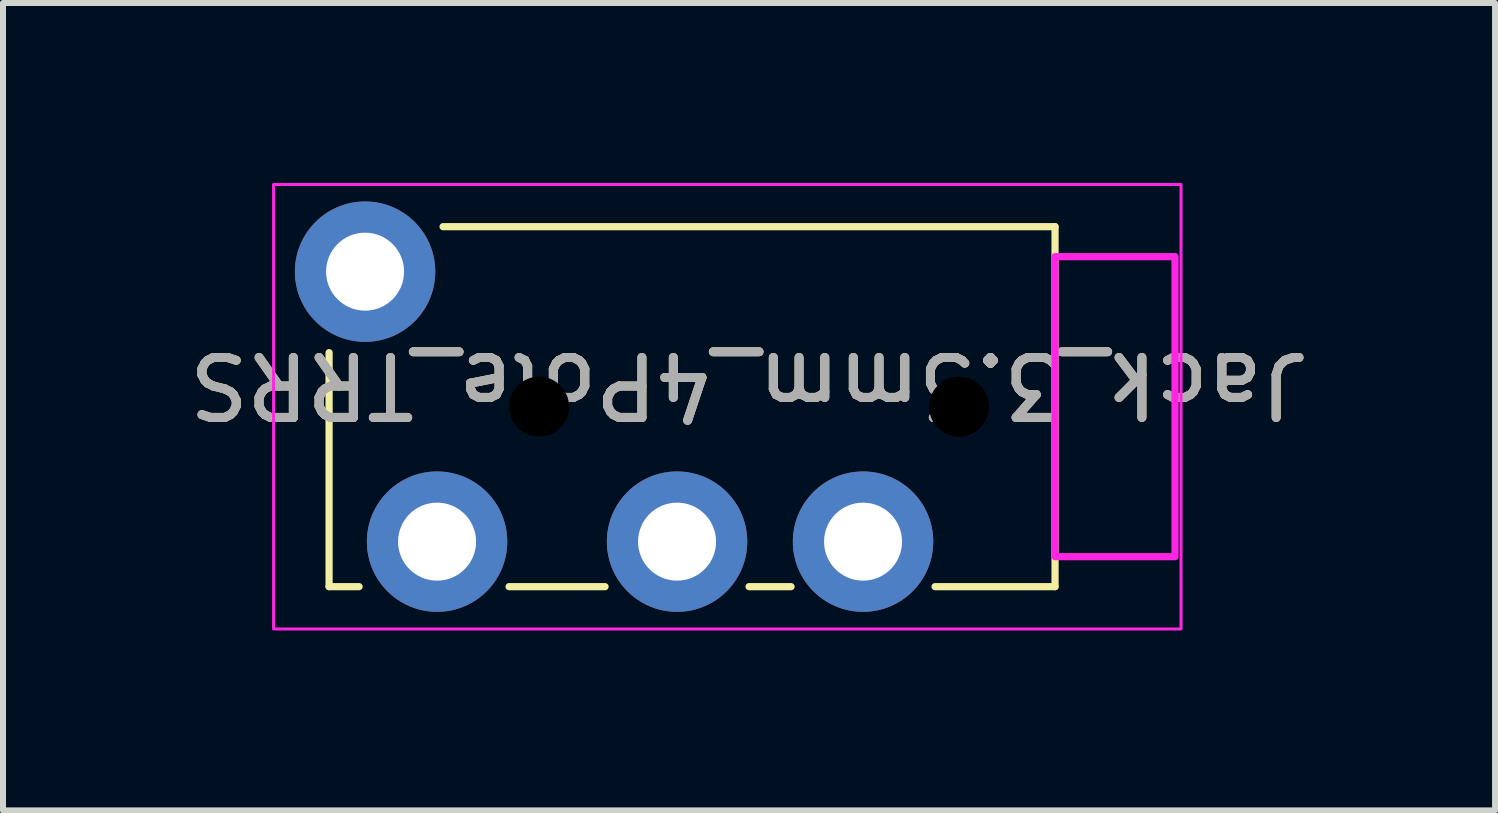
<source format=kicad_pcb>
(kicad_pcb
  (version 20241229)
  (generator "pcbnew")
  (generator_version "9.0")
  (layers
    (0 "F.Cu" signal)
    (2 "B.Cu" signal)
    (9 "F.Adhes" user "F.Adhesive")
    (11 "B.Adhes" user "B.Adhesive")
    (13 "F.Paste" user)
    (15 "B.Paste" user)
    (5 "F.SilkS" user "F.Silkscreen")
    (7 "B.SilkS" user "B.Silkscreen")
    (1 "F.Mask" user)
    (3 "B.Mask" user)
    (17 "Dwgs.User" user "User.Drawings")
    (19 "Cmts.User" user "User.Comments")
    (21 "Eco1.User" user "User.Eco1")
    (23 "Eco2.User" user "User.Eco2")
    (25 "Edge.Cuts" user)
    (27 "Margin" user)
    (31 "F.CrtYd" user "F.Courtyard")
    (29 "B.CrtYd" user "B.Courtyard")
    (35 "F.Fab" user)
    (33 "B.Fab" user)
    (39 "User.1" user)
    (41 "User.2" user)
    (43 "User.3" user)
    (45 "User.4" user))
  (footprint "Jack_3.5mm_4Pole_TRRS"
    (layer "F.Cu")
    (at 9.535 3.728)
    (property "Reference" "Jack_3.5mm_4Pole_TRRS" (at -0.1 -0.365 180) (unlocked yes) (layer "F.SilkS") (effects (font (size 1 1) (thickness 0.15))))
    (attr through_hole)
    (fp_line (start -7.1 -0.9) (end -7.1 3) (stroke (width 0.12) (type solid)) (layer "F.SilkS"))
    (fp_line (start -7.1 3) (end -6.6 3) (stroke (width 0.12) (type solid)) (layer "F.SilkS"))
    (fp_line (start -5.2 -3) (end 5 -3) (stroke (width 0.12) (type solid)) (layer "F.SilkS"))
    (fp_line (start -4.1 3) (end -2.5 3) (stroke (width 0.12) (type solid)) (layer "F.SilkS"))
    (fp_line (start -0.1 3) (end 0.6 3) (stroke (width 0.12) (type solid)) (layer "F.SilkS"))
    (fp_line (start 5 -3) (end 5 3) (stroke (width 0.12) (type solid)) (layer "F.SilkS"))
    (fp_line (start 5 3) (end 3 3) (stroke (width 0.12) (type solid)) (layer "F.SilkS"))
    (fp_rect (start -8.025 -3.703) (end 7.1 3.705) (stroke (width 0.05) (type solid)) (fill no) (layer "F.CrtYd"))
    (fp_rect (start 7 2.5) (end 5 -2.5) (stroke (width 0.12) (type solid)) (fill no) (layer "F.CrtYd"))
    (fp_text user "${REFERENCE}" (at -0.1 -0.365 180) (unlocked yes) (layer "F.Fab") (effects (font (size 1 1) (thickness 0.15))))
    (pad "" np_thru_hole circle (at -3.6 0) (size 1 1) (drill 1) (layers "*.Mask"))
    (pad "" np_thru_hole circle (at 3.4 0) (size 1 1) (drill 1) (layers "*.Mask"))
    (pad "G" thru_hole circle (at 1.8 2.25) (size 2.34 2.34) (drill 1.3) (layers "*.Cu" "*.Mask"))
    (pad "R" thru_hole circle (at -1.3 2.25) (size 2.34 2.34) (drill 1.3) (layers "*.Cu" "*.Mask"))
    (pad "S" thru_hole circle (at -6.5 -2.25) (size 2.34 2.34) (drill 1.3) (layers "*.Cu" "*.Mask"))
    (pad "T" thru_hole circle (at -5.3 2.25) (size 2.34 2.34) (drill 1.3) (layers "*.Cu" "*.Mask")))
  (gr_rect
    (start -3 -3)
    (end 21.869 10.458)
    (stroke (width 0.1) (type default))
    (fill no)
    (layer "Edge.Cuts")))
</source>
